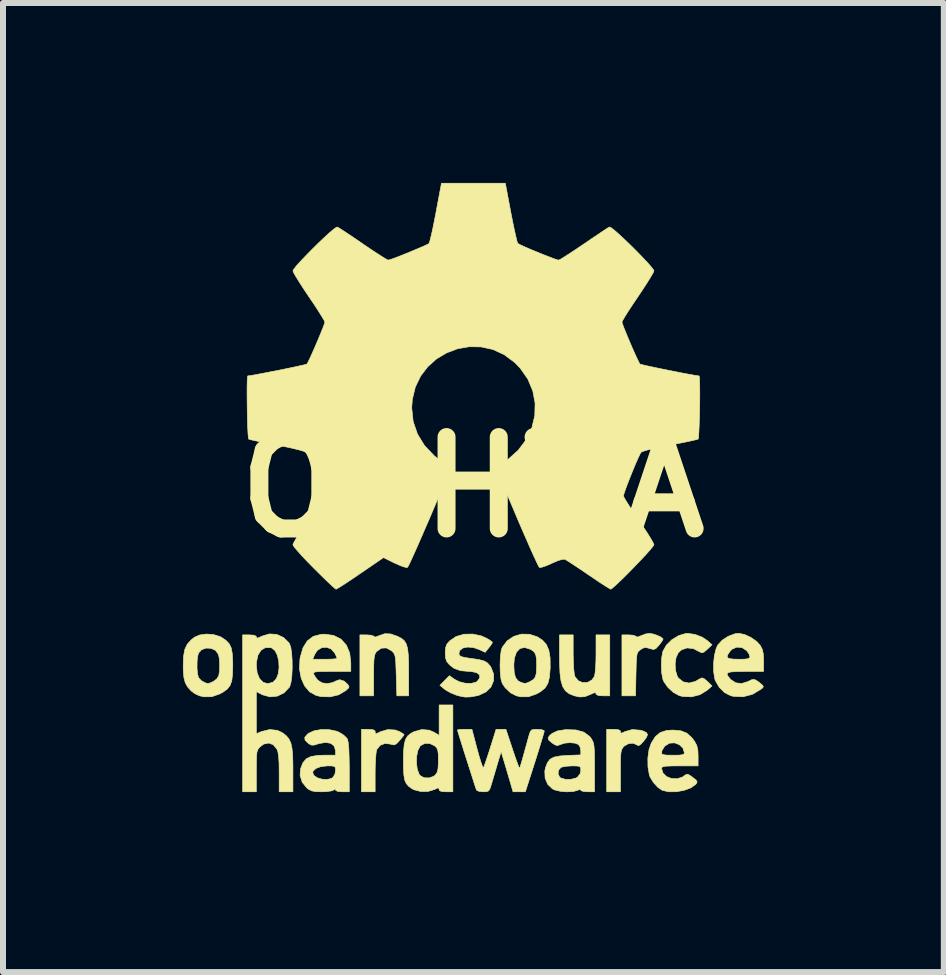
<source format=kicad_pcb>
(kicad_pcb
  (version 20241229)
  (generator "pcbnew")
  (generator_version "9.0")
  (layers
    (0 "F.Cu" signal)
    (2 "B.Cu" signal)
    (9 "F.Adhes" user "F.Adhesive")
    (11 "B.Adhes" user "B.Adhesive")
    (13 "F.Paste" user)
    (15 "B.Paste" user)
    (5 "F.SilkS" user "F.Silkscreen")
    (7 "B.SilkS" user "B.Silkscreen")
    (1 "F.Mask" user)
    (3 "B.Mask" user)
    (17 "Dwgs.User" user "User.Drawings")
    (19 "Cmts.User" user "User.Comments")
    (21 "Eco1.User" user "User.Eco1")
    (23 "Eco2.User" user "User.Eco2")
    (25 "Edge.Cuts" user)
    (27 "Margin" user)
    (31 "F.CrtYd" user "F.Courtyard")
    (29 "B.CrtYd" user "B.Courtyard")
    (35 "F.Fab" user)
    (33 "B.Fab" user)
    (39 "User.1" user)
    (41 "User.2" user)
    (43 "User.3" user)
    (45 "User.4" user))
  (footprint "OSHWA"
    (layer "F.Cu")
    (at 4.831 5.072)
    (property "Reference" "OSHWA" (at 0 0 0) (layer "F.SilkS") (effects (font (size 1.524 1.524) (thickness 0.3))))
    (attr through_hole)
    (fp_poly (pts (xy 2.424 4.043) (xy 2.459 4.06) (xy 2.464 4.077) (xy 2.469 4.101) (xy 2.493 4.099) (xy 2.539 4.077) (xy 2.662 4.042) (xy 2.799 4.054) (xy 2.841 4.066) (xy 2.898 4.093) (xy 2.916 4.127) (xy 2.896 4.176) (xy 2.846 4.242) (xy 2.796 4.295) (xy 2.764 4.311) (xy 2.74 4.299) (xy 2.678 4.27) (xy 2.602 4.276) (xy 2.531 4.315) (xy 2.519 4.326) (xy 2.497 4.353) (xy 2.481 4.386) (xy 2.472 4.432) (xy 2.466 4.503) (xy 2.464 4.607) (xy 2.464 4.732) (xy 2.464 5.08) (xy 2.235 5.08) (xy 2.235 4.039) (xy 2.349 4.039) (xy 2.424 4.043)) (stroke (width 0.01) (type solid)) (fill yes) (layer "F.SilkS"))
    (fp_poly (pts (xy -1.665 4.044) (xy -1.63 4.061) (xy -1.626 4.077) (xy -1.623 4.106) (xy -1.606 4.111) (xy -1.563 4.092) (xy -1.533 4.077) (xy -1.416 4.043) (xy -1.292 4.05) (xy -1.218 4.077) (xy -1.167 4.107) (xy -1.143 4.126) (xy -1.143 4.127) (xy -1.158 4.151) (xy -1.197 4.199) (xy -1.22 4.226) (xy -1.27 4.279) (xy -1.308 4.298) (xy -1.35 4.292) (xy -1.37 4.285) (xy -1.461 4.274) (xy -1.542 4.305) (xy -1.597 4.373) (xy -1.601 4.383) (xy -1.61 4.433) (xy -1.618 4.522) (xy -1.624 4.636) (xy -1.626 4.764) (xy -1.626 5.08) (xy -1.854 5.08) (xy -1.854 4.039) (xy -1.74 4.039) (xy -1.665 4.044)) (stroke (width 0.01) (type solid)) (fill yes) (layer "F.SilkS"))
    (fp_poly (pts (xy 3 2.447) (xy 3.07 2.469) (xy 3.132 2.497) (xy 3.17 2.524) (xy 3.175 2.533) (xy 3.16 2.564) (xy 3.122 2.617) (xy 3.105 2.637) (xy 3.058 2.689) (xy 3.021 2.707) (xy 2.974 2.698) (xy 2.95 2.69) (xy 2.886 2.674) (xy 2.837 2.685) (xy 2.798 2.711) (xy 2.771 2.732) (xy 2.753 2.756) (xy 2.74 2.791) (xy 2.733 2.846) (xy 2.728 2.93) (xy 2.725 3.051) (xy 2.723 3.121) (xy 2.716 3.48) (xy 2.489 3.48) (xy 2.489 2.464) (xy 2.601 2.464) (xy 2.671 2.469) (xy 2.716 2.483) (xy 2.723 2.491) (xy 2.75 2.5) (xy 2.807 2.478) (xy 2.878 2.45) (xy 2.941 2.439) (xy 3 2.447)) (stroke (width 0.01) (type solid)) (fill yes) (layer "F.SilkS"))
    (fp_poly (pts (xy 1.676 2.78) (xy 1.679 2.915) (xy 1.685 3.031) (xy 1.695 3.118) (xy 1.705 3.159) (xy 1.76 3.228) (xy 1.835 3.26) (xy 1.916 3.256) (xy 1.989 3.215) (xy 2.029 3.158) (xy 2.04 3.108) (xy 2.049 3.019) (xy 2.055 2.903) (xy 2.057 2.78) (xy 2.057 2.464) (xy 2.286 2.464) (xy 2.286 3.48) (xy 2.172 3.48) (xy 2.094 3.474) (xy 2.06 3.455) (xy 2.057 3.444) (xy 2.048 3.426) (xy 2.013 3.434) (xy 1.963 3.457) (xy 1.87 3.494) (xy 1.784 3.499) (xy 1.693 3.479) (xy 1.611 3.446) (xy 1.548 3.398) (xy 1.503 3.329) (xy 1.473 3.232) (xy 1.456 3.101) (xy 1.449 2.929) (xy 1.448 2.833) (xy 1.448 2.464) (xy 1.676 2.464) (xy 1.676 2.78)) (stroke (width 0.01) (type solid)) (fill yes) (layer "F.SilkS"))
    (fp_poly (pts (xy -1.367 2.448) (xy -1.253 2.488) (xy -1.189 2.521) (xy -1.141 2.56) (xy -1.108 2.613) (xy -1.086 2.687) (xy -1.074 2.789) (xy -1.068 2.928) (xy -1.067 3.085) (xy -1.067 3.48) (xy -1.264 3.48) (xy -1.274 3.134) (xy -1.279 2.995) (xy -1.283 2.898) (xy -1.291 2.833) (xy -1.302 2.79) (xy -1.32 2.761) (xy -1.346 2.735) (xy -1.357 2.726) (xy -1.44 2.681) (xy -1.524 2.686) (xy -1.6 2.74) (xy -1.607 2.747) (xy -1.625 2.776) (xy -1.638 2.818) (xy -1.646 2.883) (xy -1.65 2.978) (xy -1.651 3.113) (xy -1.651 3.14) (xy -1.651 3.48) (xy -1.88 3.48) (xy -1.88 2.464) (xy -1.767 2.464) (xy -1.698 2.469) (xy -1.653 2.483) (xy -1.646 2.491) (xy -1.619 2.5) (xy -1.562 2.478) (xy -1.466 2.444) (xy -1.367 2.448)) (stroke (width 0.01) (type solid)) (fill yes) (layer "F.SilkS"))
    (fp_poly (pts (xy 3.71 2.457) (xy 3.833 2.505) (xy 3.915 2.561) (xy 3.991 2.629) (xy 3.912 2.704) (xy 3.858 2.75) (xy 3.822 2.763) (xy 3.79 2.749) (xy 3.68 2.693) (xy 3.575 2.681) (xy 3.482 2.713) (xy 3.428 2.763) (xy 3.391 2.843) (xy 3.376 2.948) (xy 3.383 3.058) (xy 3.411 3.152) (xy 3.429 3.182) (xy 3.509 3.247) (xy 3.605 3.267) (xy 3.713 3.24) (xy 3.79 3.195) (xy 3.824 3.181) (xy 3.861 3.195) (xy 3.912 3.239) (xy 3.991 3.315) (xy 3.915 3.383) (xy 3.792 3.46) (xy 3.649 3.497) (xy 3.502 3.491) (xy 3.442 3.475) (xy 3.345 3.422) (xy 3.255 3.339) (xy 3.189 3.245) (xy 3.173 3.207) (xy 3.153 3.105) (xy 3.146 2.979) (xy 3.151 2.851) (xy 3.17 2.745) (xy 3.173 2.736) (xy 3.23 2.635) (xy 3.322 2.544) (xy 3.435 2.476) (xy 3.551 2.441) (xy 3.587 2.439) (xy 3.71 2.457)) (stroke (width 0.01) (type solid)) (fill yes) (layer "F.SilkS"))
    (fp_poly (pts (xy 0.95 2.454) (xy 1.081 2.498) (xy 1.167 2.555) (xy 1.23 2.627) (xy 1.27 2.72) (xy 1.291 2.844) (xy 1.293 3.008) (xy 1.292 3.029) (xy 1.28 3.171) (xy 1.254 3.273) (xy 1.207 3.349) (xy 1.133 3.41) (xy 1.066 3.448) (xy 0.933 3.495) (xy 0.801 3.496) (xy 0.727 3.479) (xy 0.629 3.428) (xy 0.54 3.342) (xy 0.493 3.272) (xy 0.472 3.199) (xy 0.46 3.082) (xy 0.457 2.972) (xy 0.457 2.966) (xy 0.686 2.966) (xy 0.693 3.092) (xy 0.715 3.177) (xy 0.757 3.23) (xy 0.795 3.251) (xy 0.853 3.271) (xy 0.897 3.269) (xy 0.954 3.244) (xy 0.963 3.239) (xy 1.015 3.206) (xy 1.046 3.164) (xy 1.062 3.099) (xy 1.067 2.999) (xy 1.067 2.972) (xy 1.064 2.863) (xy 1.051 2.792) (xy 1.023 2.745) (xy 0.976 2.711) (xy 0.962 2.704) (xy 0.867 2.674) (xy 0.789 2.691) (xy 0.731 2.751) (xy 0.696 2.851) (xy 0.686 2.966) (xy 0.457 2.966) (xy 0.462 2.826) (xy 0.477 2.721) (xy 0.493 2.672) (xy 0.576 2.562) (xy 0.687 2.488) (xy 0.815 2.451) (xy 0.95 2.454)) (stroke (width 0.01) (type solid)) (fill yes) (layer "F.SilkS"))
    (fp_poly (pts (xy -0.33 5.08) (xy -0.445 5.08) (xy -0.519 5.075) (xy -0.554 5.059) (xy -0.559 5.041) (xy -0.564 5.018) (xy -0.588 5.019) (xy -0.634 5.041) (xy -0.743 5.074) (xy -0.866 5.075) (xy -0.979 5.046) (xy -1.008 5.03) (xy -1.066 4.99) (xy -1.106 4.944) (xy -1.133 4.884) (xy -1.147 4.8) (xy -1.154 4.681) (xy -1.154 4.601) (xy -0.937 4.601) (xy -0.923 4.707) (xy -0.891 4.79) (xy -0.873 4.812) (xy -0.809 4.846) (xy -0.726 4.849) (xy -0.65 4.822) (xy -0.62 4.798) (xy -0.593 4.757) (xy -0.578 4.699) (xy -0.572 4.611) (xy -0.572 4.554) (xy -0.573 4.454) (xy -0.581 4.391) (xy -0.598 4.35) (xy -0.627 4.319) (xy -0.631 4.316) (xy -0.713 4.275) (xy -0.798 4.273) (xy -0.869 4.311) (xy -0.875 4.317) (xy -0.913 4.389) (xy -0.934 4.489) (xy -0.937 4.601) (xy -1.154 4.601) (xy -1.155 4.559) (xy -1.152 4.404) (xy -1.141 4.29) (xy -1.12 4.208) (xy -1.084 4.15) (xy -1.031 4.107) (xy -0.979 4.079) (xy -0.85 4.042) (xy -0.723 4.053) (xy -0.641 4.089) (xy -0.559 4.139) (xy -0.559 3.632) (xy -0.33 3.632) (xy -0.33 5.08)) (stroke (width 0.01) (type solid)) (fill yes) (layer "F.SilkS"))
    (fp_poly (pts (xy -4.32 2.459) (xy -4.213 2.492) (xy -4.193 2.502) (xy -4.114 2.555) (xy -4.06 2.611) (xy -4.026 2.681) (xy -4.008 2.777) (xy -4.001 2.908) (xy -4 2.972) (xy -4.004 3.121) (xy -4.017 3.23) (xy -4.046 3.309) (xy -4.093 3.369) (xy -4.165 3.42) (xy -4.217 3.448) (xy -4.35 3.495) (xy -4.483 3.496) (xy -4.556 3.479) (xy -4.629 3.445) (xy -4.692 3.399) (xy -4.752 3.333) (xy -4.792 3.262) (xy -4.815 3.174) (xy -4.825 3.056) (xy -4.825 3.018) (xy -4.596 3.018) (xy -4.588 3.111) (xy -4.572 3.174) (xy -4.57 3.178) (xy -4.521 3.23) (xy -4.449 3.267) (xy -4.412 3.275) (xy -4.377 3.265) (xy -4.321 3.24) (xy -4.32 3.24) (xy -4.264 3.195) (xy -4.233 3.144) (xy -4.22 3.061) (xy -4.218 2.957) (xy -4.224 2.858) (xy -4.24 2.787) (xy -4.288 2.722) (xy -4.362 2.688) (xy -4.445 2.684) (xy -4.521 2.712) (xy -4.57 2.766) (xy -4.587 2.826) (xy -4.595 2.917) (xy -4.596 3.018) (xy -4.825 3.018) (xy -4.826 2.964) (xy -4.82 2.816) (xy -4.799 2.705) (xy -4.759 2.62) (xy -4.693 2.547) (xy -4.641 2.505) (xy -4.553 2.466) (xy -4.439 2.45) (xy -4.32 2.459)) (stroke (width 0.01) (type solid)) (fill yes) (layer "F.SilkS"))
    (fp_poly (pts (xy -2.318 2.473) (xy -2.196 2.535) (xy -2.106 2.634) (xy -2.05 2.768) (xy -2.032 2.929) (xy -2.032 3.073) (xy -2.349 3.073) (xy -2.48 3.074) (xy -2.569 3.076) (xy -2.622 3.082) (xy -2.647 3.091) (xy -2.653 3.106) (xy -2.65 3.118) (xy -2.621 3.169) (xy -2.583 3.219) (xy -2.512 3.264) (xy -2.421 3.277) (xy -2.329 3.257) (xy -2.291 3.237) (xy -2.218 3.211) (xy -2.143 3.235) (xy -2.093 3.28) (xy -2.064 3.316) (xy -2.065 3.344) (xy -2.101 3.38) (xy -2.115 3.392) (xy -2.234 3.463) (xy -2.377 3.497) (xy -2.529 3.493) (xy -2.611 3.473) (xy -2.718 3.414) (xy -2.802 3.315) (xy -2.859 3.187) (xy -2.887 3.036) (xy -2.88 2.871) (xy -2.88 2.87) (xy -2.667 2.87) (xy -2.464 2.87) (xy -2.369 2.869) (xy -2.298 2.864) (xy -2.263 2.858) (xy -2.261 2.856) (xy -2.271 2.826) (xy -2.297 2.772) (xy -2.299 2.768) (xy -2.358 2.7) (xy -2.436 2.67) (xy -2.518 2.678) (xy -2.59 2.722) (xy -2.633 2.788) (xy -2.667 2.87) (xy -2.88 2.87) (xy -2.875 2.838) (xy -2.829 2.679) (xy -2.757 2.564) (xy -2.658 2.489) (xy -2.529 2.455) (xy -2.469 2.452) (xy -2.318 2.473)) (stroke (width 0.01) (type solid)) (fill yes) (layer "F.SilkS"))
    (fp_poly (pts (xy 0.148 2.482) (xy 0.235 2.522) (xy 0.293 2.557) (xy 0.327 2.584) (xy 0.33 2.589) (xy 0.316 2.616) (xy 0.28 2.666) (xy 0.269 2.679) (xy 0.209 2.755) (xy 0.116 2.711) (xy 0.011 2.675) (xy -0.085 2.667) (xy -0.164 2.683) (xy -0.215 2.724) (xy -0.229 2.771) (xy -0.223 2.801) (xy -0.198 2.823) (xy -0.146 2.838) (xy -0.056 2.853) (xy -0.01 2.859) (xy 0.11 2.877) (xy 0.193 2.9) (xy 0.249 2.934) (xy 0.292 2.984) (xy 0.305 3.003) (xy 0.35 3.119) (xy 0.348 3.231) (xy 0.305 3.333) (xy 0.222 3.415) (xy 0.105 3.47) (xy 0.074 3.478) (xy -0.036 3.498) (xy -0.123 3.501) (xy -0.209 3.486) (xy -0.279 3.466) (xy -0.369 3.429) (xy -0.451 3.382) (xy -0.47 3.368) (xy -0.546 3.305) (xy -0.387 3.144) (xy -0.309 3.201) (xy -0.224 3.245) (xy -0.123 3.27) (xy -0.025 3.273) (xy 0.054 3.253) (xy 0.077 3.238) (xy 0.119 3.18) (xy 0.114 3.13) (xy 0.067 3.094) (xy -0.02 3.075) (xy -0.059 3.073) (xy -0.2 3.061) (xy -0.308 3.023) (xy -0.383 2.966) (xy -0.43 2.91) (xy -0.452 2.85) (xy -0.457 2.765) (xy -0.452 2.678) (xy -0.429 2.618) (xy -0.385 2.566) (xy -0.278 2.492) (xy -0.145 2.453) (xy 0.001 2.45) (xy 0.148 2.482)) (stroke (width 0.01) (type solid)) (fill yes) (layer "F.SilkS"))
    (fp_poly (pts (xy 4.533 2.457) (xy 4.64 2.507) (xy 4.737 2.575) (xy 4.794 2.639) (xy 4.828 2.702) (xy 4.845 2.775) (xy 4.851 2.877) (xy 4.851 2.899) (xy 4.851 3.073) (xy 4.547 3.073) (xy 4.406 3.075) (xy 4.311 3.081) (xy 4.258 3.094) (xy 4.241 3.117) (xy 4.257 3.153) (xy 4.299 3.204) (xy 4.304 3.209) (xy 4.386 3.263) (xy 4.485 3.275) (xy 4.589 3.243) (xy 4.597 3.239) (xy 4.658 3.209) (xy 4.704 3.209) (xy 4.757 3.24) (xy 4.787 3.264) (xy 4.835 3.305) (xy 4.847 3.331) (xy 4.826 3.355) (xy 4.813 3.366) (xy 4.665 3.455) (xy 4.507 3.496) (xy 4.345 3.488) (xy 4.301 3.477) (xy 4.199 3.425) (xy 4.111 3.337) (xy 4.048 3.229) (xy 4.036 3.193) (xy 4.018 3.075) (xy 4.017 2.941) (xy 4.028 2.835) (xy 4.243 2.835) (xy 4.272 2.858) (xy 4.345 2.868) (xy 4.432 2.87) (xy 4.531 2.869) (xy 4.589 2.862) (xy 4.616 2.849) (xy 4.623 2.827) (xy 4.606 2.779) (xy 4.568 2.726) (xy 4.49 2.675) (xy 4.404 2.668) (xy 4.325 2.703) (xy 4.294 2.734) (xy 4.252 2.795) (xy 4.243 2.835) (xy 4.028 2.835) (xy 4.031 2.807) (xy 4.06 2.692) (xy 4.086 2.634) (xy 4.16 2.553) (xy 4.264 2.486) (xy 4.375 2.445) (xy 4.435 2.438) (xy 4.533 2.457)) (stroke (width 0.01) (type solid)) (fill yes) (layer "F.SilkS"))
    (fp_poly (pts (xy 3.471 4.063) (xy 3.57 4.102) (xy 3.655 4.178) (xy 3.702 4.242) (xy 3.737 4.308) (xy 3.755 4.387) (xy 3.759 4.487) (xy 3.759 4.648) (xy 3.454 4.648) (xy 3.325 4.649) (xy 3.238 4.652) (xy 3.186 4.658) (xy 3.159 4.669) (xy 3.151 4.685) (xy 3.15 4.693) (xy 3.174 4.769) (xy 3.233 4.826) (xy 3.314 4.858) (xy 3.405 4.863) (xy 3.493 4.837) (xy 3.535 4.808) (xy 3.566 4.788) (xy 3.6 4.793) (xy 3.651 4.826) (xy 3.669 4.84) (xy 3.724 4.884) (xy 3.743 4.913) (xy 3.732 4.94) (xy 3.72 4.955) (xy 3.638 5.014) (xy 3.525 5.056) (xy 3.396 5.079) (xy 3.27 5.08) (xy 3.163 5.056) (xy 3.162 5.056) (xy 3.087 5.005) (xy 3.014 4.925) (xy 2.959 4.835) (xy 2.946 4.799) (xy 2.923 4.666) (xy 2.921 4.519) (xy 2.934 4.426) (xy 3.15 4.426) (xy 3.156 4.449) (xy 3.182 4.462) (xy 3.238 4.469) (xy 3.333 4.47) (xy 3.34 4.47) (xy 3.438 4.469) (xy 3.496 4.463) (xy 3.523 4.45) (xy 3.53 4.428) (xy 3.53 4.426) (xy 3.506 4.352) (xy 3.447 4.295) (xy 3.368 4.264) (xy 3.285 4.269) (xy 3.279 4.271) (xy 3.203 4.319) (xy 3.158 4.388) (xy 3.15 4.426) (xy 2.934 4.426) (xy 2.94 4.379) (xy 2.978 4.268) (xy 3.047 4.159) (xy 3.128 4.092) (xy 3.233 4.058) (xy 3.34 4.051) (xy 3.471 4.063)) (stroke (width 0.01) (type solid)) (fill yes) (layer "F.SilkS"))
    (fp_poly (pts (xy -2.394 4.044) (xy -2.273 4.069) (xy -2.228 4.087) (xy -2.155 4.132) (xy -2.1 4.184) (xy -2.087 4.205) (xy -2.075 4.259) (xy -2.065 4.359) (xy -2.06 4.497) (xy -2.057 4.669) (xy -2.057 4.675) (xy -2.057 5.08) (xy -2.172 5.08) (xy -2.249 5.074) (xy -2.284 5.056) (xy -2.286 5.05) (xy -2.293 5.032) (xy -2.316 5.05) (xy -2.358 5.066) (xy -2.437 5.077) (xy -2.518 5.08) (xy -2.617 5.077) (xy -2.683 5.065) (xy -2.734 5.04) (xy -2.766 5.015) (xy -2.842 4.921) (xy -2.877 4.807) (xy -2.874 4.763) (xy -2.667 4.763) (xy -2.644 4.811) (xy -2.587 4.848) (xy -2.51 4.87) (xy -2.428 4.875) (xy -2.356 4.858) (xy -2.326 4.837) (xy -2.296 4.783) (xy -2.286 4.723) (xy -2.289 4.679) (xy -2.305 4.657) (xy -2.348 4.649) (xy -2.42 4.648) (xy -2.527 4.659) (xy -2.61 4.689) (xy -2.659 4.732) (xy -2.667 4.763) (xy -2.874 4.763) (xy -2.868 4.693) (xy -2.83 4.596) (xy -2.774 4.53) (xy -2.693 4.491) (xy -2.576 4.473) (xy -2.484 4.47) (xy -2.286 4.47) (xy -2.286 4.397) (xy -2.307 4.32) (xy -2.364 4.273) (xy -2.45 4.257) (xy -2.559 4.275) (xy -2.578 4.281) (xy -2.646 4.302) (xy -2.691 4.301) (xy -2.735 4.277) (xy -2.743 4.27) (xy -2.795 4.219) (xy -2.799 4.172) (xy -2.754 4.12) (xy -2.737 4.106) (xy -2.644 4.063) (xy -2.524 4.042) (xy -2.394 4.044)) (stroke (width 0.01) (type solid)) (fill yes) (layer "F.SilkS"))
    (fp_poly (pts (xy 1.724 4.049) (xy 1.854 4.086) (xy 1.949 4.156) (xy 1.974 4.188) (xy 1.996 4.224) (xy 2.012 4.262) (xy 2.022 4.31) (xy 2.028 4.378) (xy 2.031 4.475) (xy 2.032 4.611) (xy 2.032 4.677) (xy 2.032 5.08) (xy 1.918 5.08) (xy 1.85 5.075) (xy 1.809 5.062) (xy 1.803 5.054) (xy 1.788 5.04) (xy 1.754 5.054) (xy 1.678 5.075) (xy 1.574 5.081) (xy 1.464 5.072) (xy 1.368 5.049) (xy 1.329 5.03) (xy 1.251 4.955) (xy 1.208 4.852) (xy 1.205 4.781) (xy 1.425 4.781) (xy 1.45 4.836) (xy 1.467 4.849) (xy 1.545 4.872) (xy 1.64 4.872) (xy 1.725 4.85) (xy 1.747 4.837) (xy 1.795 4.775) (xy 1.803 4.723) (xy 1.801 4.68) (xy 1.785 4.658) (xy 1.744 4.65) (xy 1.665 4.648) (xy 1.662 4.648) (xy 1.574 4.653) (xy 1.5 4.665) (xy 1.472 4.674) (xy 1.432 4.72) (xy 1.425 4.781) (xy 1.205 4.781) (xy 1.203 4.735) (xy 1.215 4.678) (xy 1.247 4.594) (xy 1.291 4.537) (xy 1.357 4.502) (xy 1.454 4.483) (xy 1.577 4.474) (xy 1.803 4.465) (xy 1.803 4.395) (xy 1.79 4.331) (xy 1.765 4.292) (xy 1.707 4.269) (xy 1.622 4.261) (xy 1.533 4.269) (xy 1.462 4.292) (xy 1.416 4.309) (xy 1.373 4.298) (xy 1.323 4.265) (xy 1.268 4.217) (xy 1.258 4.178) (xy 1.291 4.135) (xy 1.329 4.105) (xy 1.414 4.065) (xy 1.541 4.045) (xy 1.556 4.044) (xy 1.724 4.049)) (stroke (width 0.01) (type solid)) (fill yes) (layer "F.SilkS"))
    (fp_poly (pts (xy 0.075 4.369) (xy 0.108 4.488) (xy 0.138 4.585) (xy 0.162 4.652) (xy 0.177 4.68) (xy 0.179 4.68) (xy 0.192 4.65) (xy 0.217 4.581) (xy 0.25 4.483) (xy 0.288 4.366) (xy 0.293 4.35) (xy 0.39 4.039) (xy 0.555 4.039) (xy 0.664 4.368) (xy 0.704 4.487) (xy 0.739 4.585) (xy 0.765 4.655) (xy 0.78 4.687) (xy 0.782 4.688) (xy 0.792 4.662) (xy 0.813 4.594) (xy 0.845 4.481) (xy 0.889 4.323) (xy 0.941 4.134) (xy 0.961 4.075) (xy 0.987 4.047) (xy 1.039 4.039) (xy 1.08 4.039) (xy 1.152 4.044) (xy 1.191 4.06) (xy 1.194 4.067) (xy 1.186 4.099) (xy 1.166 4.171) (xy 1.134 4.276) (xy 1.094 4.407) (xy 1.047 4.555) (xy 1.037 4.588) (xy 0.879 5.08) (xy 0.776 5.08) (xy 0.673 5.08) (xy 0.627 4.921) (xy 0.594 4.809) (xy 0.556 4.68) (xy 0.528 4.586) (xy 0.475 4.41) (xy 0.414 4.612) (xy 0.38 4.728) (xy 0.345 4.845) (xy 0.317 4.94) (xy 0.315 4.947) (xy 0.291 5.023) (xy 0.268 5.063) (xy 0.234 5.078) (xy 0.175 5.08) (xy 0.175 5.08) (xy 0.106 5.073) (xy 0.066 5.054) (xy 0.063 5.048) (xy 0.049 5.009) (xy 0.024 4.933) (xy -0.009 4.829) (xy -0.048 4.706) (xy -0.091 4.572) (xy -0.134 4.438) (xy -0.174 4.31) (xy -0.209 4.199) (xy -0.235 4.114) (xy -0.251 4.062) (xy -0.254 4.05) (xy -0.231 4.043) (xy -0.173 4.039) (xy -0.133 4.039) (xy -0.012 4.039) (xy 0.075 4.369)) (stroke (width 0.01) (type solid)) (fill yes) (layer "F.SilkS"))
    (fp_poly (pts (xy -3.266 2.456) (xy -3.153 2.508) (xy -3.061 2.599) (xy -3.056 2.607) (xy -3.033 2.67) (xy -3.018 2.77) (xy -3.01 2.891) (xy -3.009 3.022) (xy -3.015 3.147) (xy -3.029 3.253) (xy -3.05 3.326) (xy -3.056 3.336) (xy -3.145 3.43) (xy -3.257 3.485) (xy -3.38 3.497) (xy -3.503 3.463) (xy -3.512 3.459) (xy -3.607 3.409) (xy -3.607 4.112) (xy -3.519 4.075) (xy -3.383 4.042) (xy -3.256 4.056) (xy -3.172 4.096) (xy -3.11 4.144) (xy -3.064 4.198) (xy -3.032 4.266) (xy -3.012 4.357) (xy -3.001 4.479) (xy -2.997 4.64) (xy -2.997 4.705) (xy -2.997 5.08) (xy -3.226 5.08) (xy -3.226 4.761) (xy -3.228 4.603) (xy -3.235 4.489) (xy -3.248 4.411) (xy -3.263 4.371) (xy -3.324 4.296) (xy -3.401 4.267) (xy -3.484 4.285) (xy -3.544 4.33) (xy -3.57 4.357) (xy -3.587 4.387) (xy -3.598 4.428) (xy -3.604 4.491) (xy -3.606 4.584) (xy -3.607 4.718) (xy -3.607 4.736) (xy -3.607 5.08) (xy -3.835 5.08) (xy -3.835 2.969) (xy -3.607 2.969) (xy -3.593 3.098) (xy -3.553 3.195) (xy -3.492 3.256) (xy -3.416 3.277) (xy -3.328 3.252) (xy -3.275 3.198) (xy -3.242 3.114) (xy -3.228 3.011) (xy -3.233 2.904) (xy -3.256 2.805) (xy -3.296 2.726) (xy -3.352 2.681) (xy -3.362 2.678) (xy -3.455 2.676) (xy -3.528 2.719) (xy -3.58 2.801) (xy -3.605 2.919) (xy -3.607 2.969) (xy -3.835 2.969) (xy -3.835 2.464) (xy -3.721 2.464) (xy -3.643 2.47) (xy -3.61 2.488) (xy -3.607 2.499) (xy -3.597 2.517) (xy -3.562 2.509) (xy -3.512 2.485) (xy -3.389 2.448) (xy -3.266 2.456)) (stroke (width 0.01) (type solid)) (fill yes) (layer "F.SilkS"))
    (fp_poly (pts (xy 0.637 -4.577) (xy 0.667 -4.425) (xy 0.695 -4.289) (xy 0.72 -4.179) (xy 0.739 -4.101) (xy 0.752 -4.064) (xy 0.753 -4.063) (xy 0.785 -4.045) (xy 0.853 -4.013) (xy 0.947 -3.972) (xy 1.055 -3.927) (xy 1.168 -3.881) (xy 1.273 -3.84) (xy 1.36 -3.807) (xy 1.418 -3.788) (xy 1.434 -3.785) (xy 1.463 -3.798) (xy 1.526 -3.837) (xy 1.617 -3.895) (xy 1.729 -3.969) (xy 1.854 -4.054) (xy 1.855 -4.054) (xy 1.981 -4.14) (xy 2.094 -4.216) (xy 2.186 -4.278) (xy 2.251 -4.32) (xy 2.282 -4.337) (xy 2.31 -4.324) (xy 2.366 -4.281) (xy 2.443 -4.213) (xy 2.534 -4.128) (xy 2.634 -4.033) (xy 2.734 -3.933) (xy 2.829 -3.835) (xy 2.912 -3.747) (xy 2.976 -3.674) (xy 3.015 -3.624) (xy 3.023 -3.606) (xy 3.009 -3.573) (xy 2.97 -3.506) (xy 2.912 -3.412) (xy 2.838 -3.298) (xy 2.756 -3.175) (xy 2.672 -3.05) (xy 2.598 -2.938) (xy 2.54 -2.846) (xy 2.503 -2.782) (xy 2.489 -2.753) (xy 2.499 -2.718) (xy 2.525 -2.648) (xy 2.564 -2.553) (xy 2.609 -2.444) (xy 2.658 -2.33) (xy 2.705 -2.224) (xy 2.746 -2.135) (xy 2.776 -2.074) (xy 2.789 -2.052) (xy 2.817 -2.044) (xy 2.885 -2.027) (xy 2.984 -2.006) (xy 3.106 -1.98) (xy 3.239 -1.953) (xy 3.376 -1.926) (xy 3.506 -1.9) (xy 3.621 -1.879) (xy 3.71 -1.863) (xy 3.765 -1.855) (xy 3.775 -1.854) (xy 3.781 -1.83) (xy 3.784 -1.765) (xy 3.786 -1.667) (xy 3.787 -1.545) (xy 3.786 -1.409) (xy 3.784 -1.268) (xy 3.78 -1.13) (xy 3.776 -1.006) (xy 3.771 -0.903) (xy 3.766 -0.832) (xy 3.76 -0.801) (xy 3.759 -0.8) (xy 3.727 -0.791) (xy 3.654 -0.774) (xy 3.547 -0.751) (xy 3.416 -0.725) (xy 3.288 -0.701) (xy 3.139 -0.671) (xy 3.009 -0.642) (xy 2.904 -0.616) (xy 2.834 -0.594) (xy 2.808 -0.581) (xy 2.788 -0.546) (xy 2.754 -0.473) (xy 2.711 -0.375) (xy 2.664 -0.262) (xy 2.617 -0.144) (xy 2.574 -0.034) (xy 2.54 0.06) (xy 2.519 0.125) (xy 2.515 0.148) (xy 2.528 0.179) (xy 2.567 0.244) (xy 2.625 0.336) (xy 2.698 0.447) (xy 2.769 0.55) (xy 2.851 0.672) (xy 2.923 0.782) (xy 2.978 0.872) (xy 3.013 0.935) (xy 3.023 0.961) (xy 3.005 0.989) (xy 2.959 1.046) (xy 2.889 1.125) (xy 2.802 1.218) (xy 2.706 1.318) (xy 2.607 1.42) (xy 2.512 1.515) (xy 2.426 1.597) (xy 2.358 1.66) (xy 2.314 1.696) (xy 2.302 1.702) (xy 2.275 1.688) (xy 2.214 1.65) (xy 2.125 1.593) (xy 2.017 1.52) (xy 1.928 1.46) (xy 1.808 1.378) (xy 1.701 1.307) (xy 1.614 1.25) (xy 1.555 1.213) (xy 1.534 1.202) (xy 1.493 1.205) (xy 1.42 1.227) (xy 1.331 1.265) (xy 1.321 1.27) (xy 1.233 1.309) (xy 1.16 1.334) (xy 1.116 1.341) (xy 1.113 1.34) (xy 1.098 1.315) (xy 1.066 1.25) (xy 1.02 1.151) (xy 0.963 1.025) (xy 0.899 0.878) (xy 0.828 0.716) (xy 0.755 0.547) (xy 0.683 0.376) (xy 0.613 0.211) (xy 0.549 0.058) (xy 0.494 -0.077) (xy 0.45 -0.187) (xy 0.42 -0.266) (xy 0.407 -0.307) (xy 0.406 -0.31) (xy 0.425 -0.331) (xy 0.476 -0.374) (xy 0.549 -0.431) (xy 0.583 -0.456) (xy 0.76 -0.615) (xy 0.895 -0.795) (xy 0.987 -0.989) (xy 1.036 -1.193) (xy 1.041 -1.4) (xy 1.003 -1.604) (xy 0.92 -1.801) (xy 0.793 -1.983) (xy 0.7 -2.079) (xy 0.525 -2.209) (xy 0.337 -2.295) (xy 0.141 -2.338) (xy -0.056 -2.341) (xy -0.249 -2.308) (xy -0.432 -2.239) (xy -0.601 -2.139) (xy -0.748 -2.008) (xy -0.868 -1.851) (xy -0.956 -1.668) (xy -1.006 -1.463) (xy -1.016 -1.321) (xy -0.992 -1.094) (xy -0.92 -0.884) (xy -0.802 -0.692) (xy -0.638 -0.52) (xy -0.558 -0.456) (xy -0.478 -0.396) (xy -0.417 -0.346) (xy -0.384 -0.315) (xy -0.381 -0.31) (xy -0.391 -0.276) (xy -0.418 -0.203) (xy -0.46 -0.098) (xy -0.513 0.033) (xy -0.576 0.184) (xy -0.645 0.347) (xy -0.717 0.517) (xy -0.791 0.687) (xy -0.862 0.851) (xy -0.928 1.001) (xy -0.986 1.131) (xy -1.034 1.236) (xy -1.068 1.307) (xy -1.087 1.339) (xy -1.088 1.34) (xy -1.127 1.336) (xy -1.196 1.313) (xy -1.284 1.275) (xy -1.305 1.265) (xy -1.486 1.175) (xy -1.871 1.438) (xy -1.994 1.522) (xy -2.104 1.595) (xy -2.192 1.652) (xy -2.253 1.689) (xy -2.278 1.702) (xy -2.302 1.685) (xy -2.355 1.637) (xy -2.433 1.564) (xy -2.528 1.471) (xy -2.636 1.364) (xy -2.648 1.352) (xy -2.756 1.242) (xy -2.851 1.141) (xy -2.926 1.057) (xy -2.977 0.995) (xy -2.997 0.962) (xy -2.997 0.96) (xy -2.983 0.926) (xy -2.945 0.859) (xy -2.886 0.765) (xy -2.813 0.652) (xy -2.743 0.55) (xy -2.661 0.428) (xy -2.589 0.32) (xy -2.534 0.232) (xy -2.499 0.172) (xy -2.489 0.148) (xy -2.499 0.109) (xy -2.524 0.034) (xy -2.561 -0.066) (xy -2.606 -0.18) (xy -2.653 -0.297) (xy -2.699 -0.407) (xy -2.74 -0.498) (xy -2.77 -0.561) (xy -2.783 -0.581) (xy -2.818 -0.598) (xy -2.894 -0.62) (xy -3.004 -0.647) (xy -3.138 -0.676) (xy -3.262 -0.701) (xy -3.407 -0.729) (xy -3.536 -0.754) (xy -3.639 -0.776) (xy -3.708 -0.792) (xy -3.734 -0.8) (xy -3.74 -0.828) (xy -3.746 -0.896) (xy -3.751 -0.996) (xy -3.755 -1.119) (xy -3.758 -1.256) (xy -3.76 -1.397) (xy -3.761 -1.534) (xy -3.761 -1.657) (xy -3.759 -1.758) (xy -3.756 -1.826) (xy -3.75 -1.854) (xy -3.75 -1.854) (xy -3.71 -1.859) (xy -3.633 -1.872) (xy -3.527 -1.892) (xy -3.402 -1.916) (xy -3.266 -1.942) (xy -3.13 -1.97) (xy -3.003 -1.996) (xy -2.894 -2.02) (xy -2.813 -2.038) (xy -2.769 -2.05) (xy -2.764 -2.052) (xy -2.745 -2.084) (xy -2.712 -2.152) (xy -2.67 -2.245) (xy -2.622 -2.354) (xy -2.574 -2.467) (xy -2.529 -2.575) (xy -2.493 -2.665) (xy -2.47 -2.729) (xy -2.464 -2.753) (xy -2.478 -2.783) (xy -2.516 -2.847) (xy -2.574 -2.939) (xy -2.647 -3.052) (xy -2.731 -3.175) (xy -2.815 -3.301) (xy -2.888 -3.414) (xy -2.946 -3.508) (xy -2.984 -3.574) (xy -2.997 -3.606) (xy -2.98 -3.637) (xy -2.933 -3.696) (xy -2.862 -3.774) (xy -2.774 -3.866) (xy -2.677 -3.965) (xy -2.576 -4.065) (xy -2.478 -4.158) (xy -2.391 -4.238) (xy -2.32 -4.298) (xy -2.272 -4.332) (xy -2.257 -4.337) (xy -2.226 -4.319) (xy -2.16 -4.277) (xy -2.067 -4.216) (xy -1.954 -4.14) (xy -1.829 -4.054) (xy -1.704 -3.969) (xy -1.593 -3.896) (xy -1.501 -3.837) (xy -1.438 -3.799) (xy -1.409 -3.785) (xy -1.409 -3.785) (xy -1.373 -3.794) (xy -1.302 -3.819) (xy -1.206 -3.856) (xy -1.097 -3.9) (xy -0.985 -3.946) (xy -0.881 -3.99) (xy -0.796 -4.027) (xy -0.741 -4.054) (xy -0.727 -4.063) (xy -0.716 -4.094) (xy -0.697 -4.168) (xy -0.672 -4.275) (xy -0.645 -4.408) (xy -0.615 -4.559) (xy -0.612 -4.577) (xy -0.52 -5.067) (xy 0.545 -5.067) (xy 0.637 -4.577)) (stroke (width 0.01) (type solid)) (fill yes) (layer "F.SilkS")))
  (gr_rect
    (start -3 -3)
    (end 12.687 13.158)
    (stroke (width 0.1) (type default))
    (fill no)
    (layer "Edge.Cuts")))
</source>
